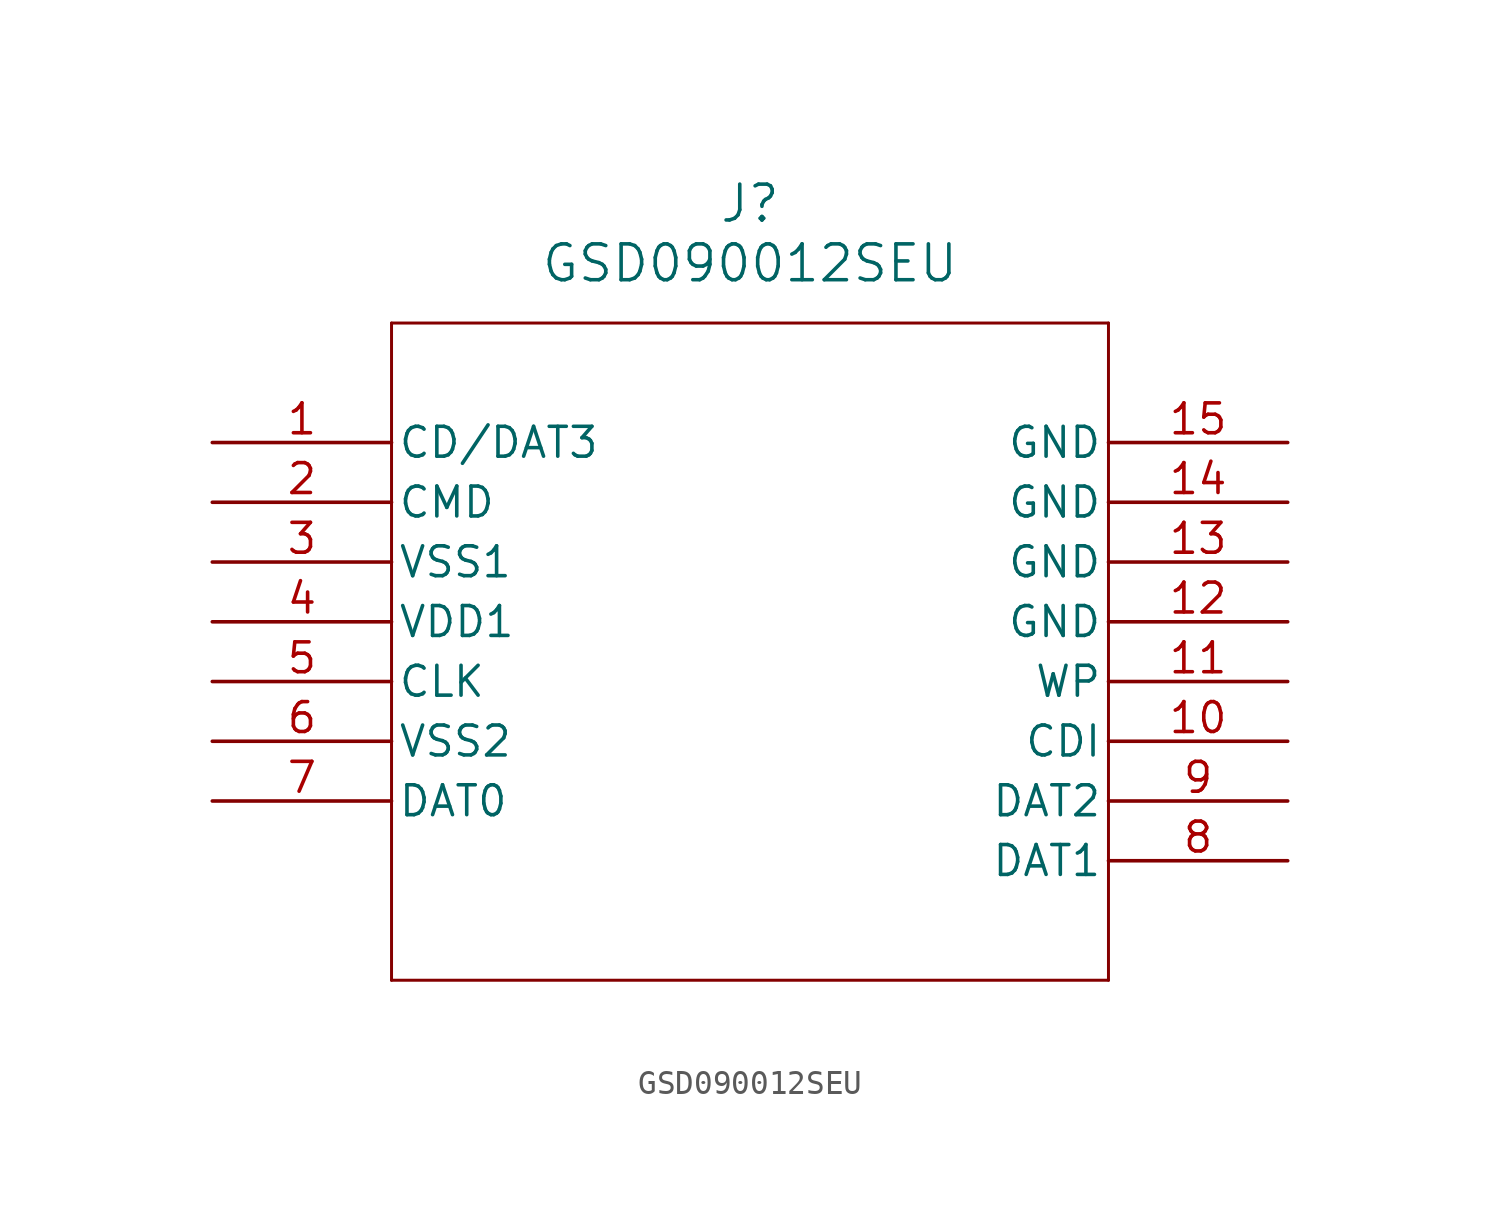
<source format=kicad_sym>
(kicad_symbol_lib
  (version 20211014)
  (generator kicad_symbol_editor)
  (symbol "GSD090012SEU"
    (pin_names
      (offset 0.254))
    (property "Reference" "J"
      (at 22.86 10.16 0)
      (effects (font (size 1.524 1.524))))
    (property "Value" "GSD090012SEU"
      (at 22.86 7.62 0)
      (effects (font (size 1.524 1.524))))
    (symbol "GSD090012SEU_0_1"
      (polyline (pts (xy 7.62 5.08) (xy 7.62 -22.86)) (stroke (width 0.127) (type default) (color 0 0 0 0)) (fill (type none)))
      (polyline (pts (xy 7.62 -22.86) (xy 38.1 -22.86)) (stroke (width 0.127) (type default) (color 0 0 0 0)) (fill (type none)))
      (polyline (pts (xy 38.1 -22.86) (xy 38.1 5.08)) (stroke (width 0.127) (type default) (color 0 0 0 0)) (fill (type none)))
      (polyline (pts (xy 38.1 5.08) (xy 7.62 5.08)) (stroke (width 0.127) (type default) (color 0 0 0 0)) (fill (type none)))
      (pin unspecified line (at 0 0 0) (length 7.62) (name "CD/DAT3" (effects (font (size 1.27 1.27)))) (number "1" (effects (font (size 1.27 1.27)))))
      (pin unspecified line (at 0 -2.54 0) (length 7.62) (name "CMD" (effects (font (size 1.27 1.27)))) (number "2" (effects (font (size 1.27 1.27)))))
      (pin power_out line (at 0 -5.08 0) (length 7.62) (name "VSS1" (effects (font (size 1.27 1.27)))) (number "3" (effects (font (size 1.27 1.27)))))
      (pin power_in line (at 0 -7.62 0) (length 7.62) (name "VDD1" (effects (font (size 1.27 1.27)))) (number "4" (effects (font (size 1.27 1.27)))))
      (pin unspecified line (at 0 -10.16 0) (length 7.62) (name "CLK" (effects (font (size 1.27 1.27)))) (number "5" (effects (font (size 1.27 1.27)))))
      (pin power_out line (at 0 -12.7 0) (length 7.62) (name "VSS2" (effects (font (size 1.27 1.27)))) (number "6" (effects (font (size 1.27 1.27)))))
      (pin bidirectional line (at 0 -15.24 0) (length 7.62) (name "DAT0" (effects (font (size 1.27 1.27)))) (number "7" (effects (font (size 1.27 1.27)))))
      (pin bidirectional line (at 45.72 -17.78 180) (length 7.62) (name "DAT1" (effects (font (size 1.27 1.27)))) (number "8" (effects (font (size 1.27 1.27)))))
      (pin bidirectional line (at 45.72 -15.24 180) (length 7.62) (name "DAT2" (effects (font (size 1.27 1.27)))) (number "9" (effects (font (size 1.27 1.27)))))
      (pin unspecified line (at 45.72 -12.7 180) (length 7.62) (name "CDI" (effects (font (size 1.27 1.27)))) (number "10" (effects (font (size 1.27 1.27)))))
      (pin unspecified line (at 45.72 -10.16 180) (length 7.62) (name "WP" (effects (font (size 1.27 1.27)))) (number "11" (effects (font (size 1.27 1.27)))))
      (pin power_out line (at 45.72 -7.62 180) (length 7.62) (name "GND" (effects (font (size 1.27 1.27)))) (number "12" (effects (font (size 1.27 1.27)))))
      (pin power_out line (at 45.72 -5.08 180) (length 7.62) (name "GND" (effects (font (size 1.27 1.27)))) (number "13" (effects (font (size 1.27 1.27)))))
      (pin power_out line (at 45.72 -2.54 180) (length 7.62) (name "GND" (effects (font (size 1.27 1.27)))) (number "14" (effects (font (size 1.27 1.27)))))
      (pin power_out line (at 45.72 0 180) (length 7.62) (name "GND" (effects (font (size 1.27 1.27)))) (number "15" (effects (font (size 1.27 1.27))))))))
</source>
